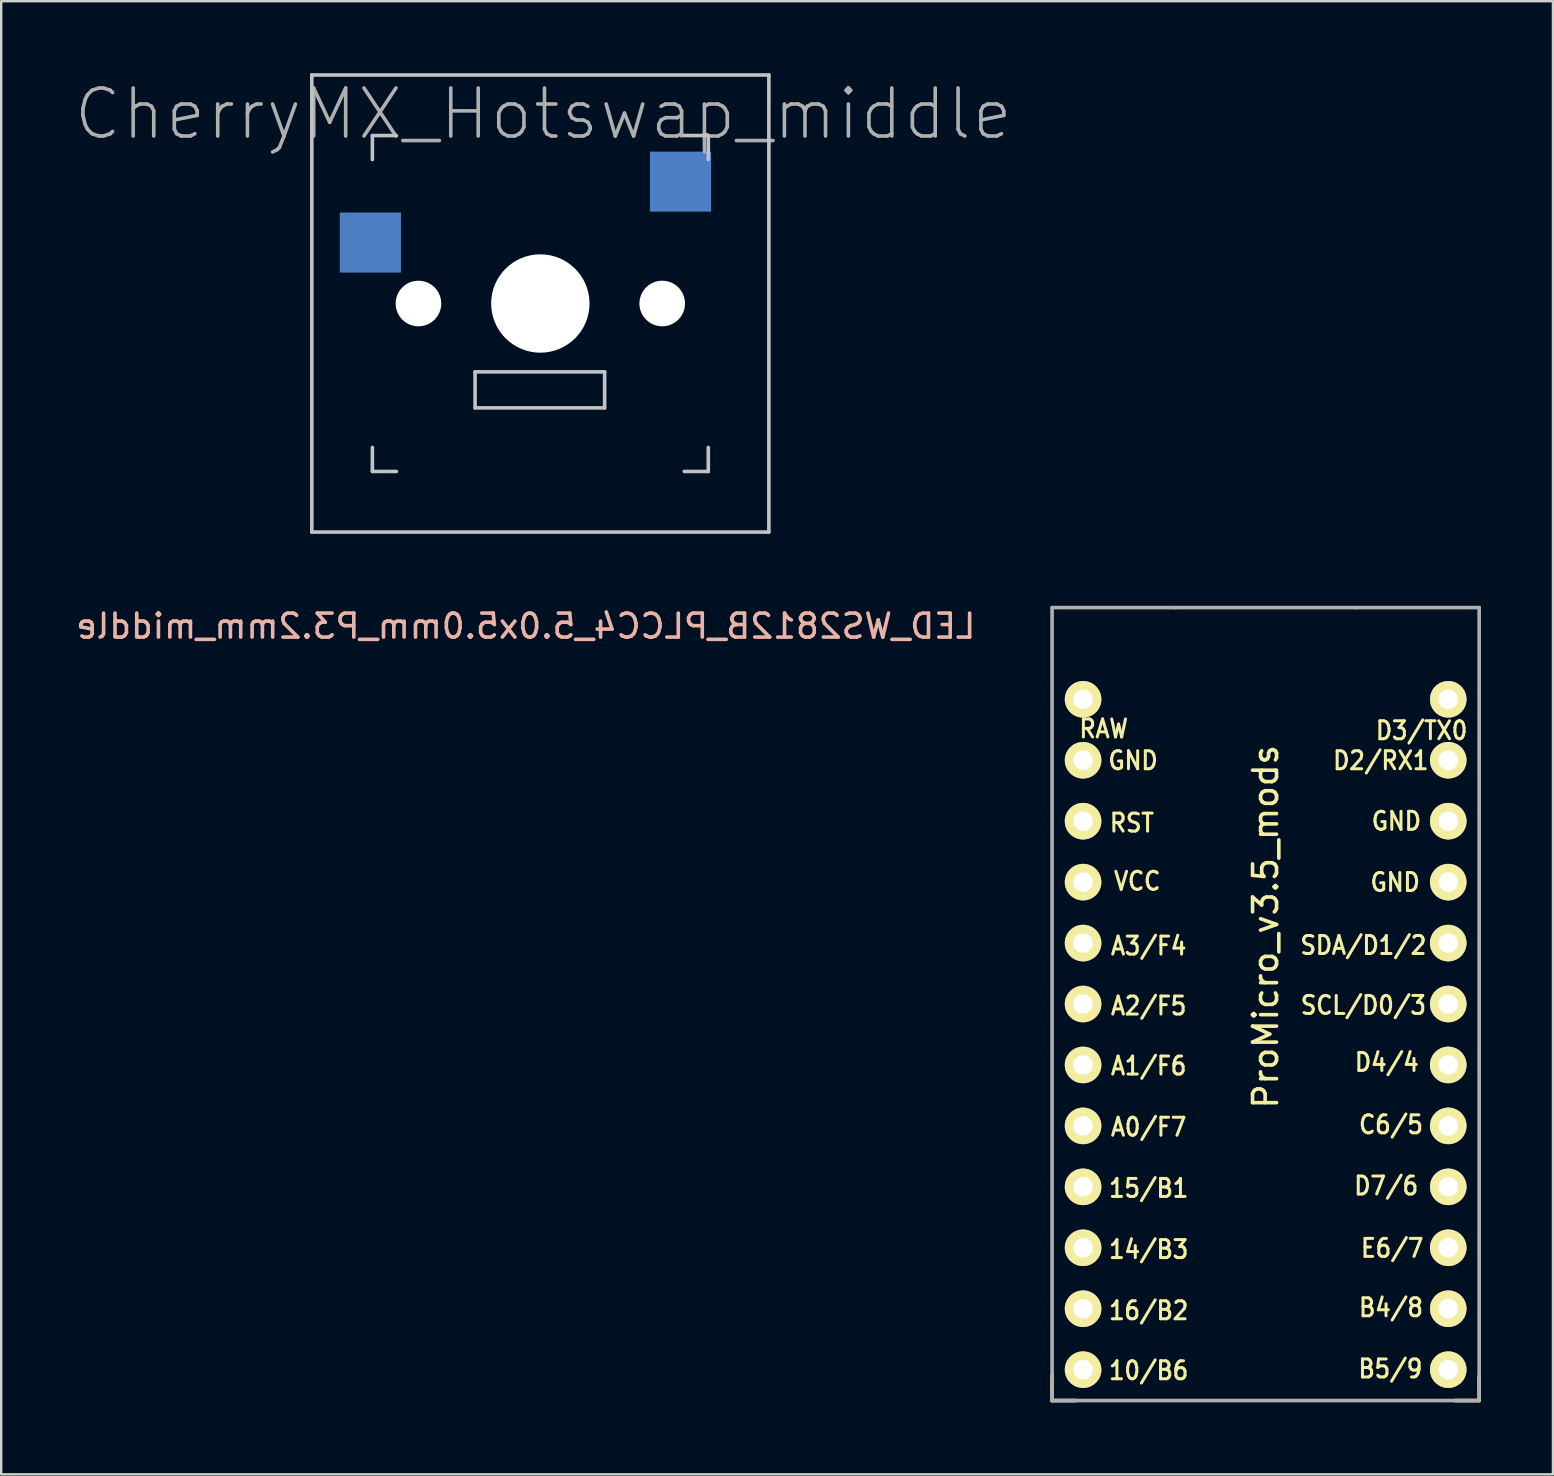
<source format=kicad_pcb>
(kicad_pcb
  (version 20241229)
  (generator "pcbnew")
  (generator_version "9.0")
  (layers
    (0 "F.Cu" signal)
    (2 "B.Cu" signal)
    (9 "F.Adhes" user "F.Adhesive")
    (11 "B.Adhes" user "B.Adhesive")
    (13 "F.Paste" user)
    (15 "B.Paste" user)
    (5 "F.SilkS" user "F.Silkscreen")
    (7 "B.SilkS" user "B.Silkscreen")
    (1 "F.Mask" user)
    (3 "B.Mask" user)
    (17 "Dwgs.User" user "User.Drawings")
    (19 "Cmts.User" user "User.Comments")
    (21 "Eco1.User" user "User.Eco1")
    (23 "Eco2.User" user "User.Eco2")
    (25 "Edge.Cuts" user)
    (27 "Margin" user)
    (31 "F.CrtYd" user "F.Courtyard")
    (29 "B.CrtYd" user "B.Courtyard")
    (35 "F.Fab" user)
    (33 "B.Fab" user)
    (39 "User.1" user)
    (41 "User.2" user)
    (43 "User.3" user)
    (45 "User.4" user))
  (footprint "CherryMX_Hotswap_middle"
    (layer "F.Cu")
    (at 19.471 9.6)
    (property "Reference" "CherryMX_Hotswap_middle" (at 0.125 -7.9 0) (layer "F.Fab") (effects (font (size 2 2) (thickness 0.15))))
    (attr through_hole)
    (fp_line (start -9.525 -9.525) (end 9.525 -9.525) (stroke (width 0.15) (type solid)) (layer "Dwgs.User"))
    (fp_line (start -9.525 9.525) (end -9.525 -9.525) (stroke (width 0.15) (type solid)) (layer "Dwgs.User"))
    (fp_line (start -7 -7) (end -6 -7) (stroke (width 0.15) (type solid)) (layer "Dwgs.User"))
    (fp_line (start -7 -6) (end -7 -7) (stroke (width 0.15) (type solid)) (layer "Dwgs.User"))
    (fp_line (start -7 6) (end -7 7) (stroke (width 0.15) (type solid)) (layer "Dwgs.User"))
    (fp_line (start -7 7) (end -6 7) (stroke (width 0.15) (type solid)) (layer "Dwgs.User"))
    (fp_line (start -2.72 2.85) (end -2.72 4.35) (stroke (width 0.15) (type solid)) (layer "Dwgs.User"))
    (fp_line (start -2.72 4.35) (end 2.68 4.35) (stroke (width 0.15) (type solid)) (layer "Dwgs.User"))
    (fp_line (start 2.68 2.85) (end -2.72 2.85) (stroke (width 0.15) (type solid)) (layer "Dwgs.User"))
    (fp_line (start 2.68 4.35) (end 2.68 2.85) (stroke (width 0.15) (type solid)) (layer "Dwgs.User"))
    (fp_line (start 6 7) (end 7 7) (stroke (width 0.15) (type solid)) (layer "Dwgs.User"))
    (fp_line (start 7 -7) (end 6 -7) (stroke (width 0.15) (type solid)) (layer "Dwgs.User"))
    (fp_line (start 7 -7) (end 7 -6) (stroke (width 0.15) (type solid)) (layer "Dwgs.User"))
    (fp_line (start 7 7) (end 7 6) (stroke (width 0.15) (type solid)) (layer "Dwgs.User"))
    (fp_line (start 9.525 -9.525) (end 9.525 9.525) (stroke (width 0.15) (type solid)) (layer "Dwgs.User"))
    (fp_line (start 9.525 9.525) (end -9.525 9.525) (stroke (width 0.15) (type solid)) (layer "Dwgs.User"))
    (fp_line (start -8.87 -1.03) (end -8.87 -4.13) (stroke (width 0.12) (type solid)) (layer "User.3"))
    (fp_line (start -8.63 -4.39) (end -6.53 -4.39) (stroke (width 0.12) (type solid)) (layer "User.3"))
    (fp_line (start -6.72 -0.78) (end -8.61 -0.78) (stroke (width 0.12) (type solid)) (layer "User.3"))
    (fp_line (start -6.72 1.51) (end -6.72 -0.78) (stroke (width 0.12) (type solid)) (layer "User.3"))
    (fp_line (start -3.52 1.75) (end -6.46 1.75) (stroke (width 0.12) (type solid)) (layer "User.3"))
    (fp_line (start -3.52 4.79) (end -3.52 1.75) (stroke (width 0.12) (type solid)) (layer "User.3"))
    (fp_line (start 3.35 5.03) (end -3.26 5.03) (stroke (width 0.12) (type solid)) (layer "User.3"))
    (fp_line (start 3.59 1.86) (end 3.59 4.77) (stroke (width 0.12) (type solid)) (layer "User.3"))
    (fp_line (start 4.4 -7.1) (end -3.8 -7.1) (stroke (width 0.12) (type solid)) (layer "User.3"))
    (fp_line (start 4.6 -7.1) (end 4.4 -7.1) (stroke (width 0.12) (type solid)) (layer "User.3"))
    (fp_line (start 4.6 -7.1) (end 7.36 -7.1) (stroke (width 0.12) (type solid)) (layer "User.3"))
    (fp_line (start 6.52 1.86) (end 3.59 1.86) (stroke (width 0.12) (type solid)) (layer "User.3"))
    (fp_line (start 6.76 -3.21) (end 6.76 1.6) (stroke (width 0.12) (type solid)) (layer "User.3"))
    (fp_line (start 7.38 -3.21) (end 6.76 -3.21) (stroke (width 0.12) (type solid)) (layer "User.3"))
    (fp_line (start 7.62 -6.86) (end 7.62 -3.47) (stroke (width 0.12) (type solid)) (layer "User.3"))
    (fp_arc (start -8.87 -4.130294) (mid -8.803848 -4.31) (end -8.63 -4.390294) (stroke (width 0.12) (type solid)) (layer "User.3"))
    (fp_arc (start -8.61 -0.78) (mid -8.789706 -0.846152) (end -8.87 -1.02) (stroke (width 0.12) (type solid)) (layer "User.3"))
    (fp_arc (start -6.53 -4.39) (mid -5.589504 -6.172636) (end -3.800001 -7.1) (stroke (width 0.12) (type solid)) (layer "User.3"))
    (fp_arc (start -6.46 1.75) (mid -6.639706 1.683848) (end -6.72 1.51) (stroke (width 0.12) (type solid)) (layer "User.3"))
    (fp_arc (start -3.260294 5.03) (mid -3.44 4.963848) (end -3.520294 4.79) (stroke (width 0.12) (type solid)) (layer "User.3"))
    (fp_arc (start 3.59 4.77) (mid 3.523848 4.949706) (end 3.35 5.03) (stroke (width 0.12) (type solid)) (layer "User.3"))
    (fp_arc (start 6.76 1.600294) (mid 6.693848 1.78) (end 6.52 1.860294) (stroke (width 0.12) (type solid)) (layer "User.3"))
    (fp_arc (start 7.360294 -7.1) (mid 7.54 -7.033848) (end 7.620294 -6.86) (stroke (width 0.12) (type solid)) (layer "User.3"))
    (fp_arc (start 7.62 -3.47) (mid 7.553848 -3.290294) (end 7.38 -3.21) (stroke (width 0.12) (type solid)) (layer "User.3"))
    (pad "" np_thru_hole circle (at -5.08 0) (size 1.9 1.9) (drill 1.9) (layers "*.Cu" "*.Mask"))
    (pad "" np_thru_hole circle (at 0 0 90) (size 4.1 4.1) (drill 4.1) (layers "*.Cu" "*.Mask"))
    (pad "" np_thru_hole circle (at 5.08 0) (size 1.9 1.9) (drill 1.9) (layers "*.Cu" "*.Mask"))
    (pad "1" smd rect (at -7.085 -2.54 180) (size 2.55 2.5) (layers "B.Cu" "B.Mask" "B.Paste"))
    (pad "2" smd rect (at 5.842 -5.08 180) (size 2.55 2.5) (layers "B.Cu" "B.Mask" "B.Paste")))
  (footprint "ProMicro_v3.5_mods"
    (layer "F.Cu")
    (at 49.701 40.575)
    (property "Reference" "ProMicro_v3.5_mods" (at 0 -5 270) (layer "F.SilkS") (effects (font (size 1 1) (thickness 0.15))))
    (attr through_hole)
    (fp_line (start -8.9 13.7) (end -8.9 14.75) (stroke (width 0.15) (type solid)) (layer "F.SilkS"))
    (fp_line (start -8.9 14.75) (end -7.9 14.75) (stroke (width 0.15) (type solid)) (layer "F.SilkS"))
    (fp_line (start 8.9 13.75) (end 8.9 14.75) (stroke (width 0.15) (type solid)) (layer "F.SilkS"))
    (fp_line (start 8.9 14.75) (end 7.89 14.75) (stroke (width 0.15) (type solid)) (layer "F.SilkS"))
    (fp_line (start -8.9 -18.3) (end -3.75 -18.3) (stroke (width 0.15) (type solid)) (layer "F.Fab"))
    (fp_line (start -8.9 14.75) (end -8.9 -18.3) (stroke (width 0.15) (type solid)) (layer "F.Fab"))
    (fp_line (start -3.75 -18.3) (end 3.75 -18.3) (stroke (width 0.15) (type solid)) (layer "F.Fab"))
    (fp_line (start 3.76 -18.3) (end 8.9 -18.3) (stroke (width 0.15) (type solid)) (layer "F.Fab"))
    (fp_line (start 8.9 -18.3) (end 8.9 14.75) (stroke (width 0.15) (type solid)) (layer "F.Fab"))
    (fp_line (start 8.9 14.75) (end -8.9 14.75) (stroke (width 0.15) (type solid)) (layer "F.Fab"))
    (fp_text user "SDA/D1/2" (at 4.075 -4.225 0) (unlocked yes) (layer "F.SilkS") (effects (font (size 0.75 0.67) (thickness 0.125))))
    (fp_text user "14/B3" (at -4.875 8.45 0) (unlocked yes) (layer "F.SilkS") (effects (font (size 0.75 0.67) (thickness 0.125))))
    (fp_text user "B5/9" (at 5.2 13.425 0) (unlocked yes) (layer "F.SilkS") (effects (font (size 0.75 0.67) (thickness 0.125))))
    (fp_text user "SCL/D0/3" (at 4.075 -1.725 0) (unlocked yes) (layer "F.SilkS") (effects (font (size 0.75 0.67) (thickness 0.125))))
    (fp_text user "GND" (at 5.45 -9.4 0) (unlocked yes) (layer "F.SilkS") (effects (font (size 0.75 0.67) (thickness 0.125))))
    (fp_text user "D4/4" (at 5.05 0.65 0) (unlocked yes) (layer "F.SilkS") (effects (font (size 0.75 0.67) (thickness 0.125))))
    (fp_text user "D3/TX0" (at 6.5 -13.175 0) (unlocked yes) (layer "F.SilkS") (effects (font (size 0.75 0.67) (thickness 0.125))))
    (fp_text user "RAW" (at -6.75 -13.25 0) (unlocked yes) (layer "F.SilkS") (effects (font (size 0.75 0.67) (thickness 0.125))))
    (fp_text user "A2/F5" (at -4.875 -1.7 0) (unlocked yes) (layer "F.SilkS") (effects (font (size 0.75 0.67) (thickness 0.125))))
    (fp_text user "C6/5" (at 5.225 3.25 0) (unlocked yes) (layer "F.SilkS") (effects (font (size 0.75 0.67) (thickness 0.125))))
    (fp_text user "A1/F6" (at -4.875 0.8 0) (unlocked yes) (layer "F.SilkS") (effects (font (size 0.75 0.67) (thickness 0.125))))
    (fp_text user "RST" (at -5.575 -9.325 0) (unlocked yes) (layer "F.SilkS") (effects (font (size 0.75 0.67) (thickness 0.125))))
    (fp_text user "A0/F7" (at -4.875 3.35 0) (unlocked yes) (layer "F.SilkS") (effects (font (size 0.75 0.67) (thickness 0.125))))
    (fp_text user "GND" (at -5.525 -11.925 0) (unlocked yes) (layer "F.SilkS") (effects (font (size 0.75 0.67) (thickness 0.125))))
    (fp_text user "10/B6" (at -4.875 13.5 0) (unlocked yes) (layer "F.SilkS") (effects (font (size 0.75 0.67) (thickness 0.125))))
    (fp_text user "GND" (at 5.4 -6.85 0) (unlocked yes) (layer "F.SilkS") (effects (font (size 0.75 0.67) (thickness 0.125))))
    (fp_text user "D7/6" (at 5.025 5.8 0) (unlocked yes) (layer "F.SilkS") (effects (font (size 0.75 0.67) (thickness 0.125))))
    (fp_text user "VCC" (at -5.35 -6.9 0) (unlocked yes) (layer "F.SilkS") (effects (font (size 0.75 0.67) (thickness 0.125))))
    (fp_text user "A3/F4" (at -4.875 -4.2 0) (unlocked yes) (layer "F.SilkS") (effects (font (size 0.75 0.67) (thickness 0.125))))
    (fp_text user "B4/8" (at 5.225 10.875 0) (unlocked yes) (layer "F.SilkS") (effects (font (size 0.75 0.67) (thickness 0.125))))
    (fp_text user "" (at -0.545 -17.4 0) (layer "F.SilkS") (effects (font (size 1 1) (thickness 0.15))))
    (fp_text user "E6/7" (at 5.275 8.4 0) (unlocked yes) (layer "F.SilkS") (effects (font (size 0.75 0.67) (thickness 0.125))))
    (fp_text user "15/B1" (at -4.875 5.9 0) (unlocked yes) (layer "F.SilkS") (effects (font (size 0.75 0.67) (thickness 0.125))))
    (fp_text user "16/B2" (at -4.875 11 0) (unlocked yes) (layer "F.SilkS") (effects (font (size 0.75 0.67) (thickness 0.125))))
    (fp_text user "D2/RX1" (at 4.8 -11.925 0) (unlocked yes) (layer "F.SilkS") (effects (font (size 0.75 0.67) (thickness 0.125))))
    (fp_text user "" (at -1.252 -16.256 0) (layer "B.SilkS") (effects (font (size 1 1) (thickness 0.15)) (justify mirror)))
    (pad "1" thru_hole circle (at 7.611 -14.478) (size 1.524 1.524) (drill 0.813) (layers "*.Cu" "B.Mask" "F.SilkS"))
    (pad "2" thru_hole circle (at 7.611 -11.938) (size 1.524 1.524) (drill 0.813) (layers "*.Cu" "B.Mask" "F.SilkS"))
    (pad "3" thru_hole circle (at 7.611 -9.398) (size 1.524 1.524) (drill 0.813) (layers "*.Cu" "B.Mask" "F.SilkS"))
    (pad "4" thru_hole circle (at 7.611 -6.858) (size 1.524 1.524) (drill 0.813) (layers "*.Cu" "B.Mask" "F.SilkS"))
    (pad "5" thru_hole circle (at 7.611 -4.318) (size 1.524 1.524) (drill 0.813) (layers "*.Cu" "B.Mask" "F.SilkS"))
    (pad "6" thru_hole circle (at 7.611 -1.778) (size 1.524 1.524) (drill 0.813) (layers "*.Cu" "B.Mask" "F.SilkS"))
    (pad "7" thru_hole circle (at 7.611 0.762) (size 1.524 1.524) (drill 0.813) (layers "*.Cu" "B.Mask" "F.SilkS"))
    (pad "8" thru_hole circle (at 7.611 3.302) (size 1.524 1.524) (drill 0.813) (layers "*.Cu" "B.Mask" "F.SilkS"))
    (pad "9" thru_hole circle (at 7.611 5.842) (size 1.524 1.524) (drill 0.813) (layers "*.Cu" "B.Mask" "F.SilkS"))
    (pad "10" thru_hole circle (at 7.611 8.382) (size 1.524 1.524) (drill 0.813) (layers "*.Cu" "B.Mask" "F.SilkS"))
    (pad "11" thru_hole circle (at 7.611 10.922) (size 1.524 1.524) (drill 0.813) (layers "*.Cu" "B.Mask" "F.SilkS"))
    (pad "12" thru_hole circle (at 7.611 13.462) (size 1.524 1.524) (drill 0.813) (layers "*.Cu" "B.Mask" "F.SilkS"))
    (pad "13" thru_hole circle (at -7.609 13.462) (size 1.524 1.524) (drill 0.813) (layers "*.Cu" "B.Mask" "F.SilkS"))
    (pad "14" thru_hole circle (at -7.609 10.922) (size 1.524 1.524) (drill 0.813) (layers "*.Cu" "B.Mask" "F.SilkS"))
    (pad "15" thru_hole circle (at -7.609 8.382) (size 1.524 1.524) (drill 0.813) (layers "*.Cu" "B.Mask" "F.SilkS"))
    (pad "16" thru_hole circle (at -7.609 5.842) (size 1.524 1.524) (drill 0.813) (layers "*.Cu" "B.Mask" "F.SilkS"))
    (pad "17" thru_hole circle (at -7.609 3.302) (size 1.524 1.524) (drill 0.813) (layers "*.Cu" "B.Mask" "F.SilkS"))
    (pad "18" thru_hole circle (at -7.609 0.762) (size 1.524 1.524) (drill 0.813) (layers "*.Cu" "B.Mask" "F.SilkS"))
    (pad "19" thru_hole circle (at -7.609 -1.778) (size 1.524 1.524) (drill 0.813) (layers "*.Cu" "B.Mask" "F.SilkS"))
    (pad "20" thru_hole circle (at -7.609 -4.318) (size 1.524 1.524) (drill 0.813) (layers "*.Cu" "B.Mask" "F.SilkS"))
    (pad "21" thru_hole circle (at -7.609 -6.858) (size 1.524 1.524) (drill 0.813) (layers "*.Cu" "B.Mask" "F.SilkS"))
    (pad "22" thru_hole circle (at -7.609 -9.398) (size 1.524 1.524) (drill 0.813) (layers "*.Cu" "B.Mask" "F.SilkS"))
    (pad "23" thru_hole circle (at -7.609 -11.938) (size 1.524 1.524) (drill 0.813) (layers "*.Cu" "B.Mask" "F.SilkS"))
    (pad "24" thru_hole circle (at -7.609 -14.478) (size 1.524 1.524) (drill 0.813) (layers "*.Cu" "B.Mask" "F.SilkS")))
  (footprint "LED_WS2812B_PLCC4_5.0x5.0mm_P3.2mm_middle"
    (layer "F.Cu")
    (at 18.863 26.548)
    (property "Reference" "LED_WS2812B_PLCC4_5.0x5.0mm_P3.2mm_middle" (at 0 -3.5 0) (layer "B.SilkS") (effects (font (size 1 1) (thickness 0.15)) (justify mirror)))
    (attr smd)
    (fp_line (start -4.65 -3.49) (end -4.65 3.51) (stroke (width 0.12) (type solid)) (layer "User.3"))
    (fp_line (start 4.39 -3.75) (end -4.41 -3.75) (stroke (width 0.12) (type solid)) (layer "User.3"))
    (fp_line (start 4.41 3.75) (end -4.39 3.75) (stroke (width 0.12) (type solid)) (layer "User.3"))
    (fp_line (start 4.65 -3.51) (end 4.65 3.49) (stroke (width 0.12) (type solid)) (layer "User.3"))
    (fp_arc (start -4.65 -3.490294) (mid -4.583848 -3.67) (end -4.41 -3.750294) (stroke (width 0.12) (type solid)) (layer "User.3"))
    (fp_arc (start -4.389999 3.749999) (mid -4.569705 3.683847) (end -4.649999 3.509999) (stroke (width 0.12) (type solid)) (layer "User.3"))
    (fp_arc (start 4.39 -3.75) (mid 4.569706 -3.683848) (end 4.65 -3.51) (stroke (width 0.12) (type solid)) (layer "User.3"))
    (fp_arc (start 4.65 3.49) (mid 4.583848 3.669706) (end 4.41 3.75) (stroke (width 0.12) (type solid)) (layer "User.3")))
  (gr_rect
    (start -3 -3)
    (end 61.676 58.4)
    (stroke (width 0.1) (type default))
    (fill no)
    (layer "Edge.Cuts")))
</source>
